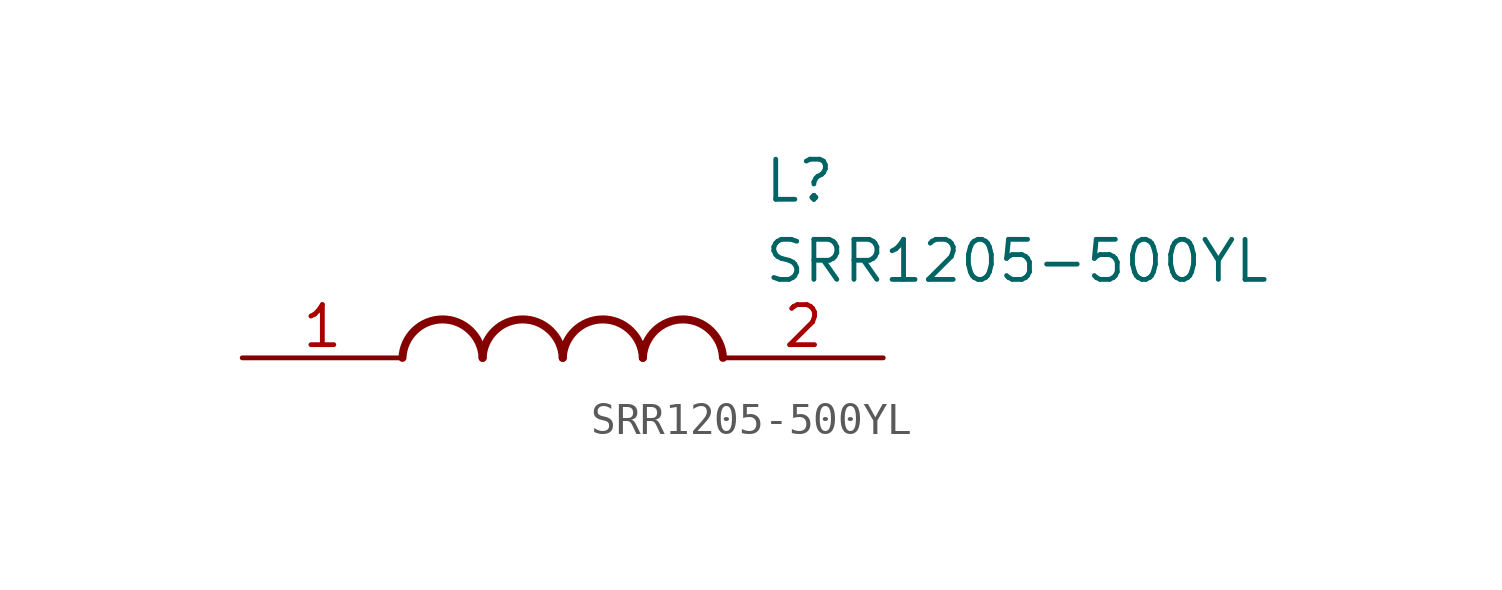
<source format=kicad_sym>
(kicad_symbol_lib
  (version 20211014)
  (generator SamacSys_ECAD_Model)
  (symbol "SRR1205-500YL"
    (pin_names hide)
    (property "Reference" "L"
      (at 16.51 6.35 0)
      (effects (font (size 1.27 1.27)) (justify left top)))
    (property "Value" "SRR1205-500YL"
      (at 16.51 3.81 0)
      (effects (font (size 1.27 1.27)) (justify left top)))
    (arc
      (start 7.62 0)
      (mid 6.35 1.219)
      (end 5.08 0)
      (stroke (width 0.254) (type default))
      (fill (type none)))
    (arc
      (start 10.16 0)
      (mid 8.89 1.219)
      (end 7.62 0)
      (stroke (width 0.254) (type default))
      (fill (type none)))
    (arc
      (start 12.7 0)
      (mid 11.43 1.219)
      (end 10.16 0)
      (stroke (width 0.254) (type default))
      (fill (type none)))
    (arc
      (start 15.24 0)
      (mid 13.97 1.219)
      (end 12.7 0)
      (stroke (width 0.254) (type default))
      (fill (type none)))
    (pin passive line
      (at 0 0 0)
      (length 5.08)
      (name "1" (effects (font (size 1.27 1.27))))
      (number "1" (effects (font (size 1.27 1.27)))))
    (pin passive line
      (at 20.32 0 180)
      (length 5.08)
      (name "2" (effects (font (size 1.27 1.27))))
      (number "2" (effects (font (size 1.27 1.27)))))))
</source>
